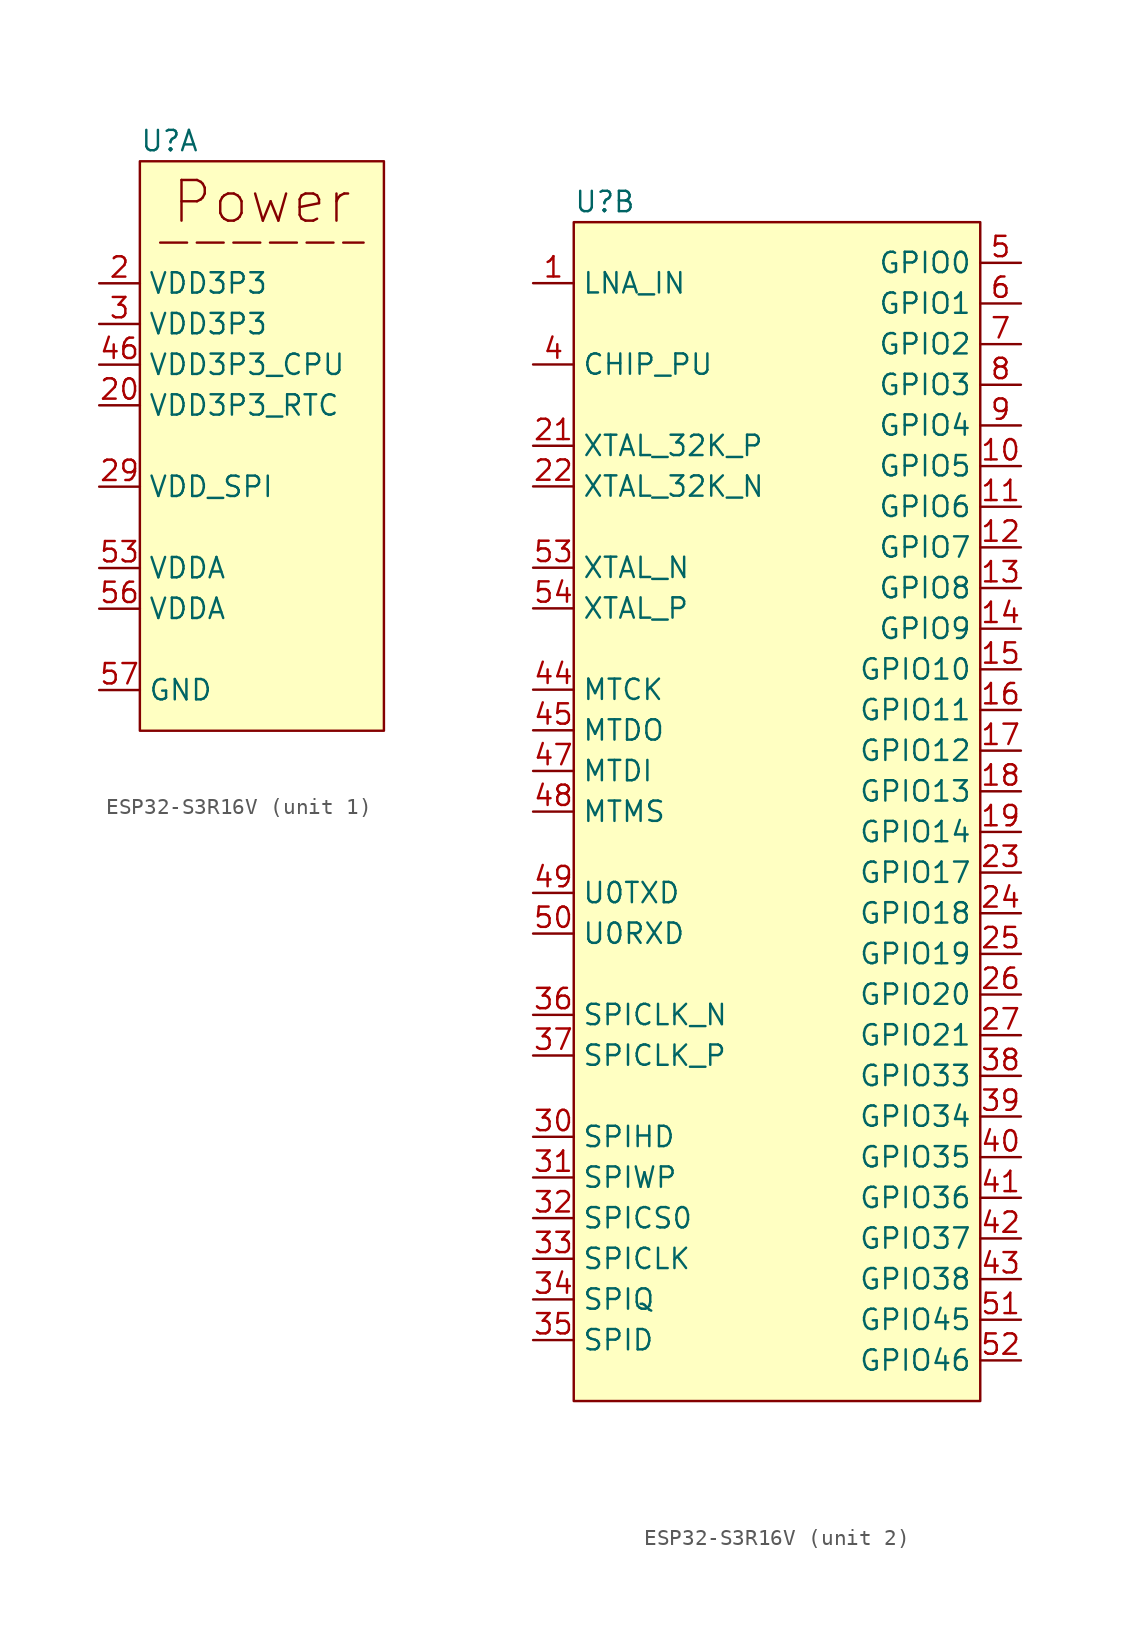
<source format=kicad_sym>
(kicad_symbol_lib
  (version 20231120)
  (generator "kicad_symbol_editor")
  (generator_version "8.0")
  (symbol "ESP32-S3R16V"
    (property "Reference" "U"
      (at 0 1.27 0)
      (effects (font (size 1.27 1.27)) (justify left)))
    (property "Value" ""
      (at 0 0 0)
      (effects (font (size 1.27 1.27))))
    (property "ki_locked" ""
      (at 0 0 0)
      (effects (font (size 1.27 1.27))))
    (symbol "ESP32-S3R16V_1_1"
      (polyline (pts (xy 1.27 -5.08) (xy 13.97 -5.08)) (stroke (width 0) (type dash)) (fill (type none)))
      (rectangle (start 0 0) (end 15.24 -35.56) (stroke (width 0) (type default)) (fill (type background)))
      (text "Power" (at 7.62 -2.54 0) (effects (font (size 2.54 2.54))))
      (pin power_in line (at -2.54 -7.62 0) (length 2.54) (name "VDD3P3" (effects (font (size 1.27 1.27)))) (number "2" (effects (font (size 1.27 1.27)))))
      (pin power_in line (at -2.54 -15.24 0) (length 2.54) (name "VDD3P3_RTC" (effects (font (size 1.27 1.27)))) (number "20" (effects (font (size 1.27 1.27)))))
      (pin power_out line (at -2.54 -20.32 0) (length 2.54) (name "VDD_SPI" (effects (font (size 1.27 1.27)))) (number "29" (effects (font (size 1.27 1.27)))))
      (pin power_in line (at -2.54 -10.16 0) (length 2.54) (name "VDD3P3" (effects (font (size 1.27 1.27)))) (number "3" (effects (font (size 1.27 1.27)))))
      (pin power_in line (at -2.54 -12.7 0) (length 2.54) (name "VDD3P3_CPU" (effects (font (size 1.27 1.27)))) (number "46" (effects (font (size 1.27 1.27)))))
      (pin power_in line (at -2.54 -25.4 0) (length 2.54) (name "VDDA" (effects (font (size 1.27 1.27)))) (number "53" (effects (font (size 1.27 1.27)))))
      (pin power_in line (at -2.54 -27.94 0) (length 2.54) (name "VDDA" (effects (font (size 1.27 1.27)))) (number "56" (effects (font (size 1.27 1.27)))))
      (pin power_out line (at -2.54 -33.02 0) (length 2.54) (name "GND" (effects (font (size 1.27 1.27)))) (number "57" (effects (font (size 1.27 1.27))))))
    (symbol "ESP32-S3R16V_2_1"
      (rectangle (start 0 0) (end 25.4 -73.66) (stroke (width 0) (type default)) (fill (type background)))
      (pin bidirectional line (at -2.54 -3.81 0) (length 2.54) (name "LNA_IN" (effects (font (size 1.27 1.27)))) (number "1" (effects (font (size 1.27 1.27)))))
      (pin bidirectional line (at 27.94 -15.24 180) (length 2.54) (name "GPIO5" (effects (font (size 1.27 1.27)))) (number "10" (effects (font (size 1.27 1.27)))))
      (pin bidirectional line (at 27.94 -17.78 180) (length 2.54) (name "GPIO6" (effects (font (size 1.27 1.27)))) (number "11" (effects (font (size 1.27 1.27)))))
      (pin bidirectional line (at 27.94 -20.32 180) (length 2.54) (name "GPIO7" (effects (font (size 1.27 1.27)))) (number "12" (effects (font (size 1.27 1.27)))))
      (pin bidirectional line (at 27.94 -22.86 180) (length 2.54) (name "GPIO8" (effects (font (size 1.27 1.27)))) (number "13" (effects (font (size 1.27 1.27)))))
      (pin bidirectional line (at 27.94 -25.4 180) (length 2.54) (name "GPIO9" (effects (font (size 1.27 1.27)))) (number "14" (effects (font (size 1.27 1.27)))))
      (pin bidirectional line (at 27.94 -27.94 180) (length 2.54) (name "GPIO10" (effects (font (size 1.27 1.27)))) (number "15" (effects (font (size 1.27 1.27)))))
      (pin bidirectional line (at 27.94 -30.48 180) (length 2.54) (name "GPIO11" (effects (font (size 1.27 1.27)))) (number "16" (effects (font (size 1.27 1.27)))))
      (pin bidirectional line (at 27.94 -33.02 180) (length 2.54) (name "GPIO12" (effects (font (size 1.27 1.27)))) (number "17" (effects (font (size 1.27 1.27)))))
      (pin bidirectional line (at 27.94 -35.56 180) (length 2.54) (name "GPIO13" (effects (font (size 1.27 1.27)))) (number "18" (effects (font (size 1.27 1.27)))))
      (pin bidirectional line (at 27.94 -38.1 180) (length 2.54) (name "GPIO14" (effects (font (size 1.27 1.27)))) (number "19" (effects (font (size 1.27 1.27)))))
      (pin bidirectional line (at -2.54 -13.97 0) (length 2.54) (name "XTAL_32K_P" (effects (font (size 1.27 1.27)))) (number "21" (effects (font (size 1.27 1.27)))))
      (pin bidirectional line (at -2.54 -16.51 0) (length 2.54) (name "XTAL_32K_N" (effects (font (size 1.27 1.27)))) (number "22" (effects (font (size 1.27 1.27)))))
      (pin bidirectional line (at 27.94 -40.64 180) (length 2.54) (name "GPIO17" (effects (font (size 1.27 1.27)))) (number "23" (effects (font (size 1.27 1.27)))))
      (pin bidirectional line (at 27.94 -43.18 180) (length 2.54) (name "GPIO18" (effects (font (size 1.27 1.27)))) (number "24" (effects (font (size 1.27 1.27)))))
      (pin bidirectional line (at 27.94 -45.72 180) (length 2.54) (name "GPIO19" (effects (font (size 1.27 1.27)))) (number "25" (effects (font (size 1.27 1.27)))))
      (pin bidirectional line (at 27.94 -48.26 180) (length 2.54) (name "GPIO20" (effects (font (size 1.27 1.27)))) (number "26" (effects (font (size 1.27 1.27)))))
      (pin bidirectional line (at 27.94 -50.8 180) (length 2.54) (name "GPIO21" (effects (font (size 1.27 1.27)))) (number "27" (effects (font (size 1.27 1.27)))))
      (pin bidirectional line (at -2.54 -57.15 0) (length 2.54) (name "SPIHD" (effects (font (size 1.27 1.27)))) (number "30" (effects (font (size 1.27 1.27)))))
      (pin bidirectional line (at -2.54 -59.69 0) (length 2.54) (name "SPIWP" (effects (font (size 1.27 1.27)))) (number "31" (effects (font (size 1.27 1.27)))))
      (pin bidirectional line (at -2.54 -62.23 0) (length 2.54) (name "SPICS0" (effects (font (size 1.27 1.27)))) (number "32" (effects (font (size 1.27 1.27)))))
      (pin bidirectional line (at -2.54 -64.77 0) (length 2.54) (name "SPICLK" (effects (font (size 1.27 1.27)))) (number "33" (effects (font (size 1.27 1.27)))))
      (pin bidirectional line (at -2.54 -67.31 0) (length 2.54) (name "SPIQ" (effects (font (size 1.27 1.27)))) (number "34" (effects (font (size 1.27 1.27)))))
      (pin bidirectional line (at -2.54 -69.85 0) (length 2.54) (name "SPID" (effects (font (size 1.27 1.27)))) (number "35" (effects (font (size 1.27 1.27)))))
      (pin bidirectional line (at -2.54 -49.53 0) (length 2.54) (name "SPICLK_N" (effects (font (size 1.27 1.27)))) (number "36" (effects (font (size 1.27 1.27)))))
      (pin bidirectional line (at -2.54 -52.07 0) (length 2.54) (name "SPICLK_P" (effects (font (size 1.27 1.27)))) (number "37" (effects (font (size 1.27 1.27)))))
      (pin bidirectional line (at 27.94 -53.34 180) (length 2.54) (name "GPIO33" (effects (font (size 1.27 1.27)))) (number "38" (effects (font (size 1.27 1.27)))))
      (pin bidirectional line (at 27.94 -55.88 180) (length 2.54) (name "GPIO34" (effects (font (size 1.27 1.27)))) (number "39" (effects (font (size 1.27 1.27)))))
      (pin input line (at -2.54 -8.89 0) (length 2.54) (name "CHIP_PU" (effects (font (size 1.27 1.27)))) (number "4" (effects (font (size 1.27 1.27)))))
      (pin bidirectional line (at 27.94 -58.42 180) (length 2.54) (name "GPIO35" (effects (font (size 1.27 1.27)))) (number "40" (effects (font (size 1.27 1.27)))))
      (pin bidirectional line (at 27.94 -60.96 180) (length 2.54) (name "GPIO36" (effects (font (size 1.27 1.27)))) (number "41" (effects (font (size 1.27 1.27)))))
      (pin bidirectional line (at 27.94 -63.5 180) (length 2.54) (name "GPIO37" (effects (font (size 1.27 1.27)))) (number "42" (effects (font (size 1.27 1.27)))))
      (pin bidirectional line (at 27.94 -66.04 180) (length 2.54) (name "GPIO38" (effects (font (size 1.27 1.27)))) (number "43" (effects (font (size 1.27 1.27)))))
      (pin bidirectional line (at -2.54 -29.21 0) (length 2.54) (name "MTCK" (effects (font (size 1.27 1.27)))) (number "44" (effects (font (size 1.27 1.27)))))
      (pin bidirectional line (at -2.54 -31.75 0) (length 2.54) (name "MTDO" (effects (font (size 1.27 1.27)))) (number "45" (effects (font (size 1.27 1.27)))))
      (pin bidirectional line (at -2.54 -34.29 0) (length 2.54) (name "MTDI" (effects (font (size 1.27 1.27)))) (number "47" (effects (font (size 1.27 1.27)))))
      (pin bidirectional line (at -2.54 -36.83 0) (length 2.54) (name "MTMS" (effects (font (size 1.27 1.27)))) (number "48" (effects (font (size 1.27 1.27)))))
      (pin bidirectional line (at -2.54 -41.91 0) (length 2.54) (name "U0TXD" (effects (font (size 1.27 1.27)))) (number "49" (effects (font (size 1.27 1.27)))))
      (pin bidirectional line (at 27.94 -2.54 180) (length 2.54) (name "GPIO0" (effects (font (size 1.27 1.27)))) (number "5" (effects (font (size 1.27 1.27)))))
      (pin bidirectional line (at -2.54 -44.45 0) (length 2.54) (name "U0RXD" (effects (font (size 1.27 1.27)))) (number "50" (effects (font (size 1.27 1.27)))))
      (pin bidirectional line (at 27.94 -68.58 180) (length 2.54) (name "GPIO45" (effects (font (size 1.27 1.27)))) (number "51" (effects (font (size 1.27 1.27)))))
      (pin bidirectional line (at 27.94 -71.12 180) (length 2.54) (name "GPIO46" (effects (font (size 1.27 1.27)))) (number "52" (effects (font (size 1.27 1.27)))))
      (pin bidirectional line (at -2.54 -21.59 0) (length 2.54) (name "XTAL_N" (effects (font (size 1.27 1.27)))) (number "53" (effects (font (size 1.27 1.27)))))
      (pin bidirectional line (at -2.54 -24.13 0) (length 2.54) (name "XTAL_P" (effects (font (size 1.27 1.27)))) (number "54" (effects (font (size 1.27 1.27)))))
      (pin bidirectional line (at 27.94 -5.08 180) (length 2.54) (name "GPIO1" (effects (font (size 1.27 1.27)))) (number "6" (effects (font (size 1.27 1.27)))))
      (pin bidirectional line (at 27.94 -7.62 180) (length 2.54) (name "GPIO2" (effects (font (size 1.27 1.27)))) (number "7" (effects (font (size 1.27 1.27)))))
      (pin bidirectional line (at 27.94 -10.16 180) (length 2.54) (name "GPIO3" (effects (font (size 1.27 1.27)))) (number "8" (effects (font (size 1.27 1.27)))))
      (pin bidirectional line (at 27.94 -12.7 180) (length 2.54) (name "GPIO4" (effects (font (size 1.27 1.27)))) (number "9" (effects (font (size 1.27 1.27))))))))
</source>
